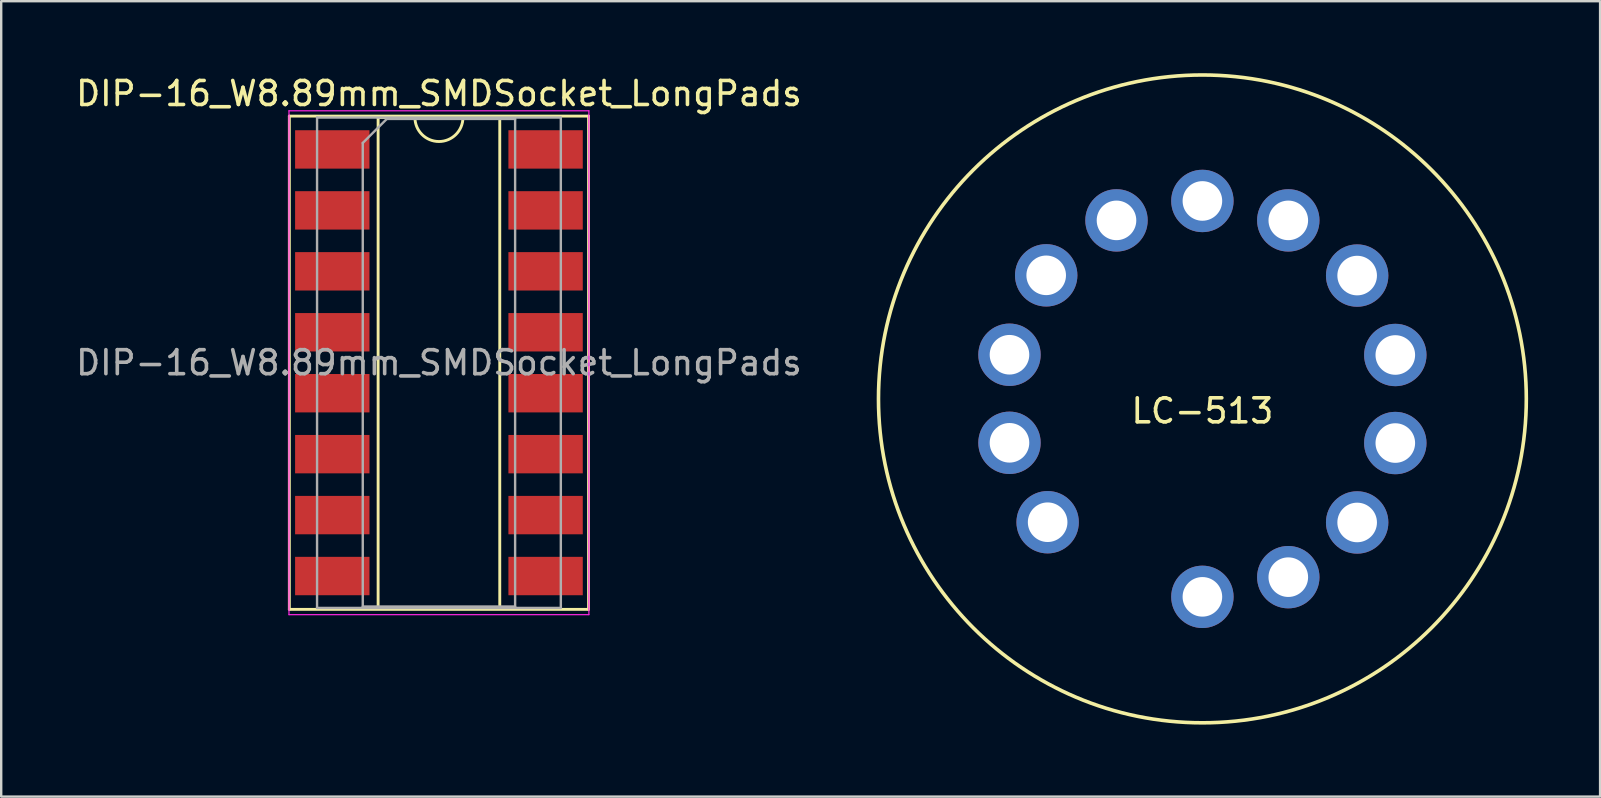
<source format=kicad_pcb>
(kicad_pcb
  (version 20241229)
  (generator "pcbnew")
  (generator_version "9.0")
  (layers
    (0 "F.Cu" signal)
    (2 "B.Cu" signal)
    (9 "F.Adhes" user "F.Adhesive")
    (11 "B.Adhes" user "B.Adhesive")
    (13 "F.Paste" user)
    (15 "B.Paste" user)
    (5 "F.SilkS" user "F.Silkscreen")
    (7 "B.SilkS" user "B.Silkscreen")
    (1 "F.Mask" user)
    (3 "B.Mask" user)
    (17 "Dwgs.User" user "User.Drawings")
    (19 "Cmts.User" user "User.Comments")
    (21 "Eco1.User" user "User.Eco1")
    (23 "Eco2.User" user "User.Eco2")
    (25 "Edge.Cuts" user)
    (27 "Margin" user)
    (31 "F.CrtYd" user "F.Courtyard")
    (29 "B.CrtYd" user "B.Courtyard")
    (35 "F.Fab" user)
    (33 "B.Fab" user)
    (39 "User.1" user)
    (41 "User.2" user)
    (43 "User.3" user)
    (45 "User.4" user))
  (footprint "DIP-16_W8.89mm_SMDSocket_LongPads"
    (layer "F.Cu")
    (at 15.244 12.068)
    (property "Reference" "DIP-16_W8.89mm_SMDSocket_LongPads" (at 0 -11.22 0) (layer "F.SilkS") (effects (font (size 1 1) (thickness 0.15))))
    (attr smd)
    (fp_line (start -6.235 -10.28) (end -6.235 10.28) (stroke (width 0.12) (type solid)) (layer "F.SilkS"))
    (fp_line (start -6.235 10.28) (end 6.235 10.28) (stroke (width 0.12) (type solid)) (layer "F.SilkS"))
    (fp_line (start -2.535 -10.22) (end -2.535 10.22) (stroke (width 0.12) (type solid)) (layer "F.SilkS"))
    (fp_line (start -2.535 10.22) (end 2.535 10.22) (stroke (width 0.12) (type solid)) (layer "F.SilkS"))
    (fp_line (start -1 -10.22) (end -2.535 -10.22) (stroke (width 0.12) (type solid)) (layer "F.SilkS"))
    (fp_line (start 2.535 -10.22) (end 1 -10.22) (stroke (width 0.12) (type solid)) (layer "F.SilkS"))
    (fp_line (start 2.535 10.22) (end 2.535 -10.22) (stroke (width 0.12) (type solid)) (layer "F.SilkS"))
    (fp_line (start 6.235 -10.28) (end -6.235 -10.28) (stroke (width 0.12) (type solid)) (layer "F.SilkS"))
    (fp_line (start 6.235 10.28) (end 6.235 -10.28) (stroke (width 0.12) (type solid)) (layer "F.SilkS"))
    (fp_arc (start 1 -10.22) (mid 0 -9.22) (end -1 -10.22) (stroke (width 0.12) (type solid)) (layer "F.SilkS"))
    (fp_line (start -6.25 -10.5) (end -6.25 10.5) (stroke (width 0.05) (type solid)) (layer "F.CrtYd"))
    (fp_line (start -6.25 10.5) (end 6.25 10.5) (stroke (width 0.05) (type solid)) (layer "F.CrtYd"))
    (fp_line (start 6.25 -10.5) (end -6.25 -10.5) (stroke (width 0.05) (type solid)) (layer "F.CrtYd"))
    (fp_line (start 6.25 10.5) (end 6.25 -10.5) (stroke (width 0.05) (type solid)) (layer "F.CrtYd"))
    (fp_line (start -5.08 -10.22) (end -5.08 10.22) (stroke (width 0.1) (type solid)) (layer "F.Fab"))
    (fp_line (start -5.08 10.22) (end 5.08 10.22) (stroke (width 0.1) (type solid)) (layer "F.Fab"))
    (fp_line (start -3.175 -9.16) (end -2.175 -10.16) (stroke (width 0.1) (type solid)) (layer "F.Fab"))
    (fp_line (start -3.175 10.16) (end -3.175 -9.16) (stroke (width 0.1) (type solid)) (layer "F.Fab"))
    (fp_line (start -2.175 -10.16) (end 3.175 -10.16) (stroke (width 0.1) (type solid)) (layer "F.Fab"))
    (fp_line (start 3.175 -10.16) (end 3.175 10.16) (stroke (width 0.1) (type solid)) (layer "F.Fab"))
    (fp_line (start 3.175 10.16) (end -3.175 10.16) (stroke (width 0.1) (type solid)) (layer "F.Fab"))
    (fp_line (start 5.08 -10.22) (end -5.08 -10.22) (stroke (width 0.1) (type solid)) (layer "F.Fab"))
    (fp_line (start 5.08 10.22) (end 5.08 -10.22) (stroke (width 0.1) (type solid)) (layer "F.Fab"))
    (fp_text user "${REFERENCE}" (at 0 0 180) (layer "F.Fab") (effects (font (size 1 1) (thickness 0.15))))
    (pad "1" smd rect (at -4.445 -8.89) (size 3.1 1.6) (layers "F.Cu" "F.Mask" "F.Paste"))
    (pad "2" smd rect (at -4.445 -6.35) (size 3.1 1.6) (layers "F.Cu" "F.Mask" "F.Paste"))
    (pad "3" smd rect (at -4.445 -3.81) (size 3.1 1.6) (layers "F.Cu" "F.Mask" "F.Paste"))
    (pad "4" smd rect (at -4.445 -1.27) (size 3.1 1.6) (layers "F.Cu" "F.Mask" "F.Paste"))
    (pad "5" smd rect (at -4.445 1.27) (size 3.1 1.6) (layers "F.Cu" "F.Mask" "F.Paste"))
    (pad "6" smd rect (at -4.445 3.81) (size 3.1 1.6) (layers "F.Cu" "F.Mask" "F.Paste"))
    (pad "7" smd rect (at -4.445 6.35) (size 3.1 1.6) (layers "F.Cu" "F.Mask" "F.Paste"))
    (pad "8" smd rect (at -4.445 8.89) (size 3.1 1.6) (layers "F.Cu" "F.Mask" "F.Paste"))
    (pad "9" smd rect (at 4.445 8.89) (size 3.1 1.6) (layers "F.Cu" "F.Mask" "F.Paste"))
    (pad "10" smd rect (at 4.445 6.35) (size 3.1 1.6) (layers "F.Cu" "F.Mask" "F.Paste"))
    (pad "11" smd rect (at 4.445 3.81) (size 3.1 1.6) (layers "F.Cu" "F.Mask" "F.Paste"))
    (pad "12" smd rect (at 4.445 1.27) (size 3.1 1.6) (layers "F.Cu" "F.Mask" "F.Paste"))
    (pad "13" smd rect (at 4.445 -1.27) (size 3.1 1.6) (layers "F.Cu" "F.Mask" "F.Paste"))
    (pad "14" smd rect (at 4.445 -3.81) (size 3.1 1.6) (layers "F.Cu" "F.Mask" "F.Paste"))
    (pad "15" smd rect (at 4.445 -6.35) (size 3.1 1.6) (layers "F.Cu" "F.Mask" "F.Paste"))
    (pad "16" smd rect (at 4.445 -8.89) (size 3.1 1.6) (layers "F.Cu" "F.Mask" "F.Paste")))
  (footprint "LC-513"
    (layer "F.Cu")
    (at 47.063 13.575)
    (property "Reference" "LC-513" (at 0 0.5 0) (layer "F.SilkS") (effects (font (size 1 1) (thickness 0.15))))
    (attr through_hole)
    (fp_circle (center 0 0) (end 13.5 0) (stroke (width 0.15) (type solid)) (fill no) (layer "F.SilkS"))
    (pad "0" thru_hole circle (at 6.45 5.15) (size 2.6 2.6) (drill 1.65) (layers "*.Cu" "*.Mask"))
    (pad "1" thru_hole circle (at -6.45 5.14) (size 2.6 2.6) (drill 1.65) (layers "*.Cu" "*.Mask"))
    (pad "2" thru_hole circle (at -8.04 1.83) (size 2.6 2.6) (drill 1.65) (layers "*.Cu" "*.Mask"))
    (pad "3" thru_hole circle (at -8.04 -1.84) (size 2.6 2.6) (drill 1.65) (layers "*.Cu" "*.Mask"))
    (pad "4" thru_hole circle (at -6.51 -5.15) (size 2.6 2.6) (drill 1.65) (layers "*.Cu" "*.Mask"))
    (pad "5" thru_hole circle (at -3.58 -7.44) (size 2.6 2.6) (drill 1.65) (layers "*.Cu" "*.Mask"))
    (pad "6" thru_hole circle (at 3.58 -7.44) (size 2.6 2.6) (drill 1.65) (layers "*.Cu" "*.Mask"))
    (pad "7" thru_hole circle (at 6.45 -5.14) (size 2.6 2.6) (drill 1.65) (layers "*.Cu" "*.Mask"))
    (pad "8" thru_hole circle (at 8.04 -1.83) (size 2.6 2.6) (drill 1.65) (layers "*.Cu" "*.Mask"))
    (pad "9" thru_hole circle (at 8.04 1.84) (size 2.6 2.6) (drill 1.65) (layers "*.Cu" "*.Mask"))
    (pad "A" thru_hole circle (at 3.58 7.43) (size 2.6 2.6) (drill 1.65) (layers "*.Cu" "*.Mask"))
    (pad "IC" thru_hole circle (at 0 -8.25) (size 2.6 2.6) (drill 1.65) (layers "*.Cu" "*.Mask"))
    (pad "PL" thru_hole circle (at 0 8.25) (size 2.6 2.6) (drill 1.65) (layers "*.Cu" "*.Mask")))
  (gr_rect
    (start -3 -3)
    (end 63.638 30.15)
    (stroke (width 0.1) (type default))
    (fill no)
    (layer "Edge.Cuts")))
</source>
